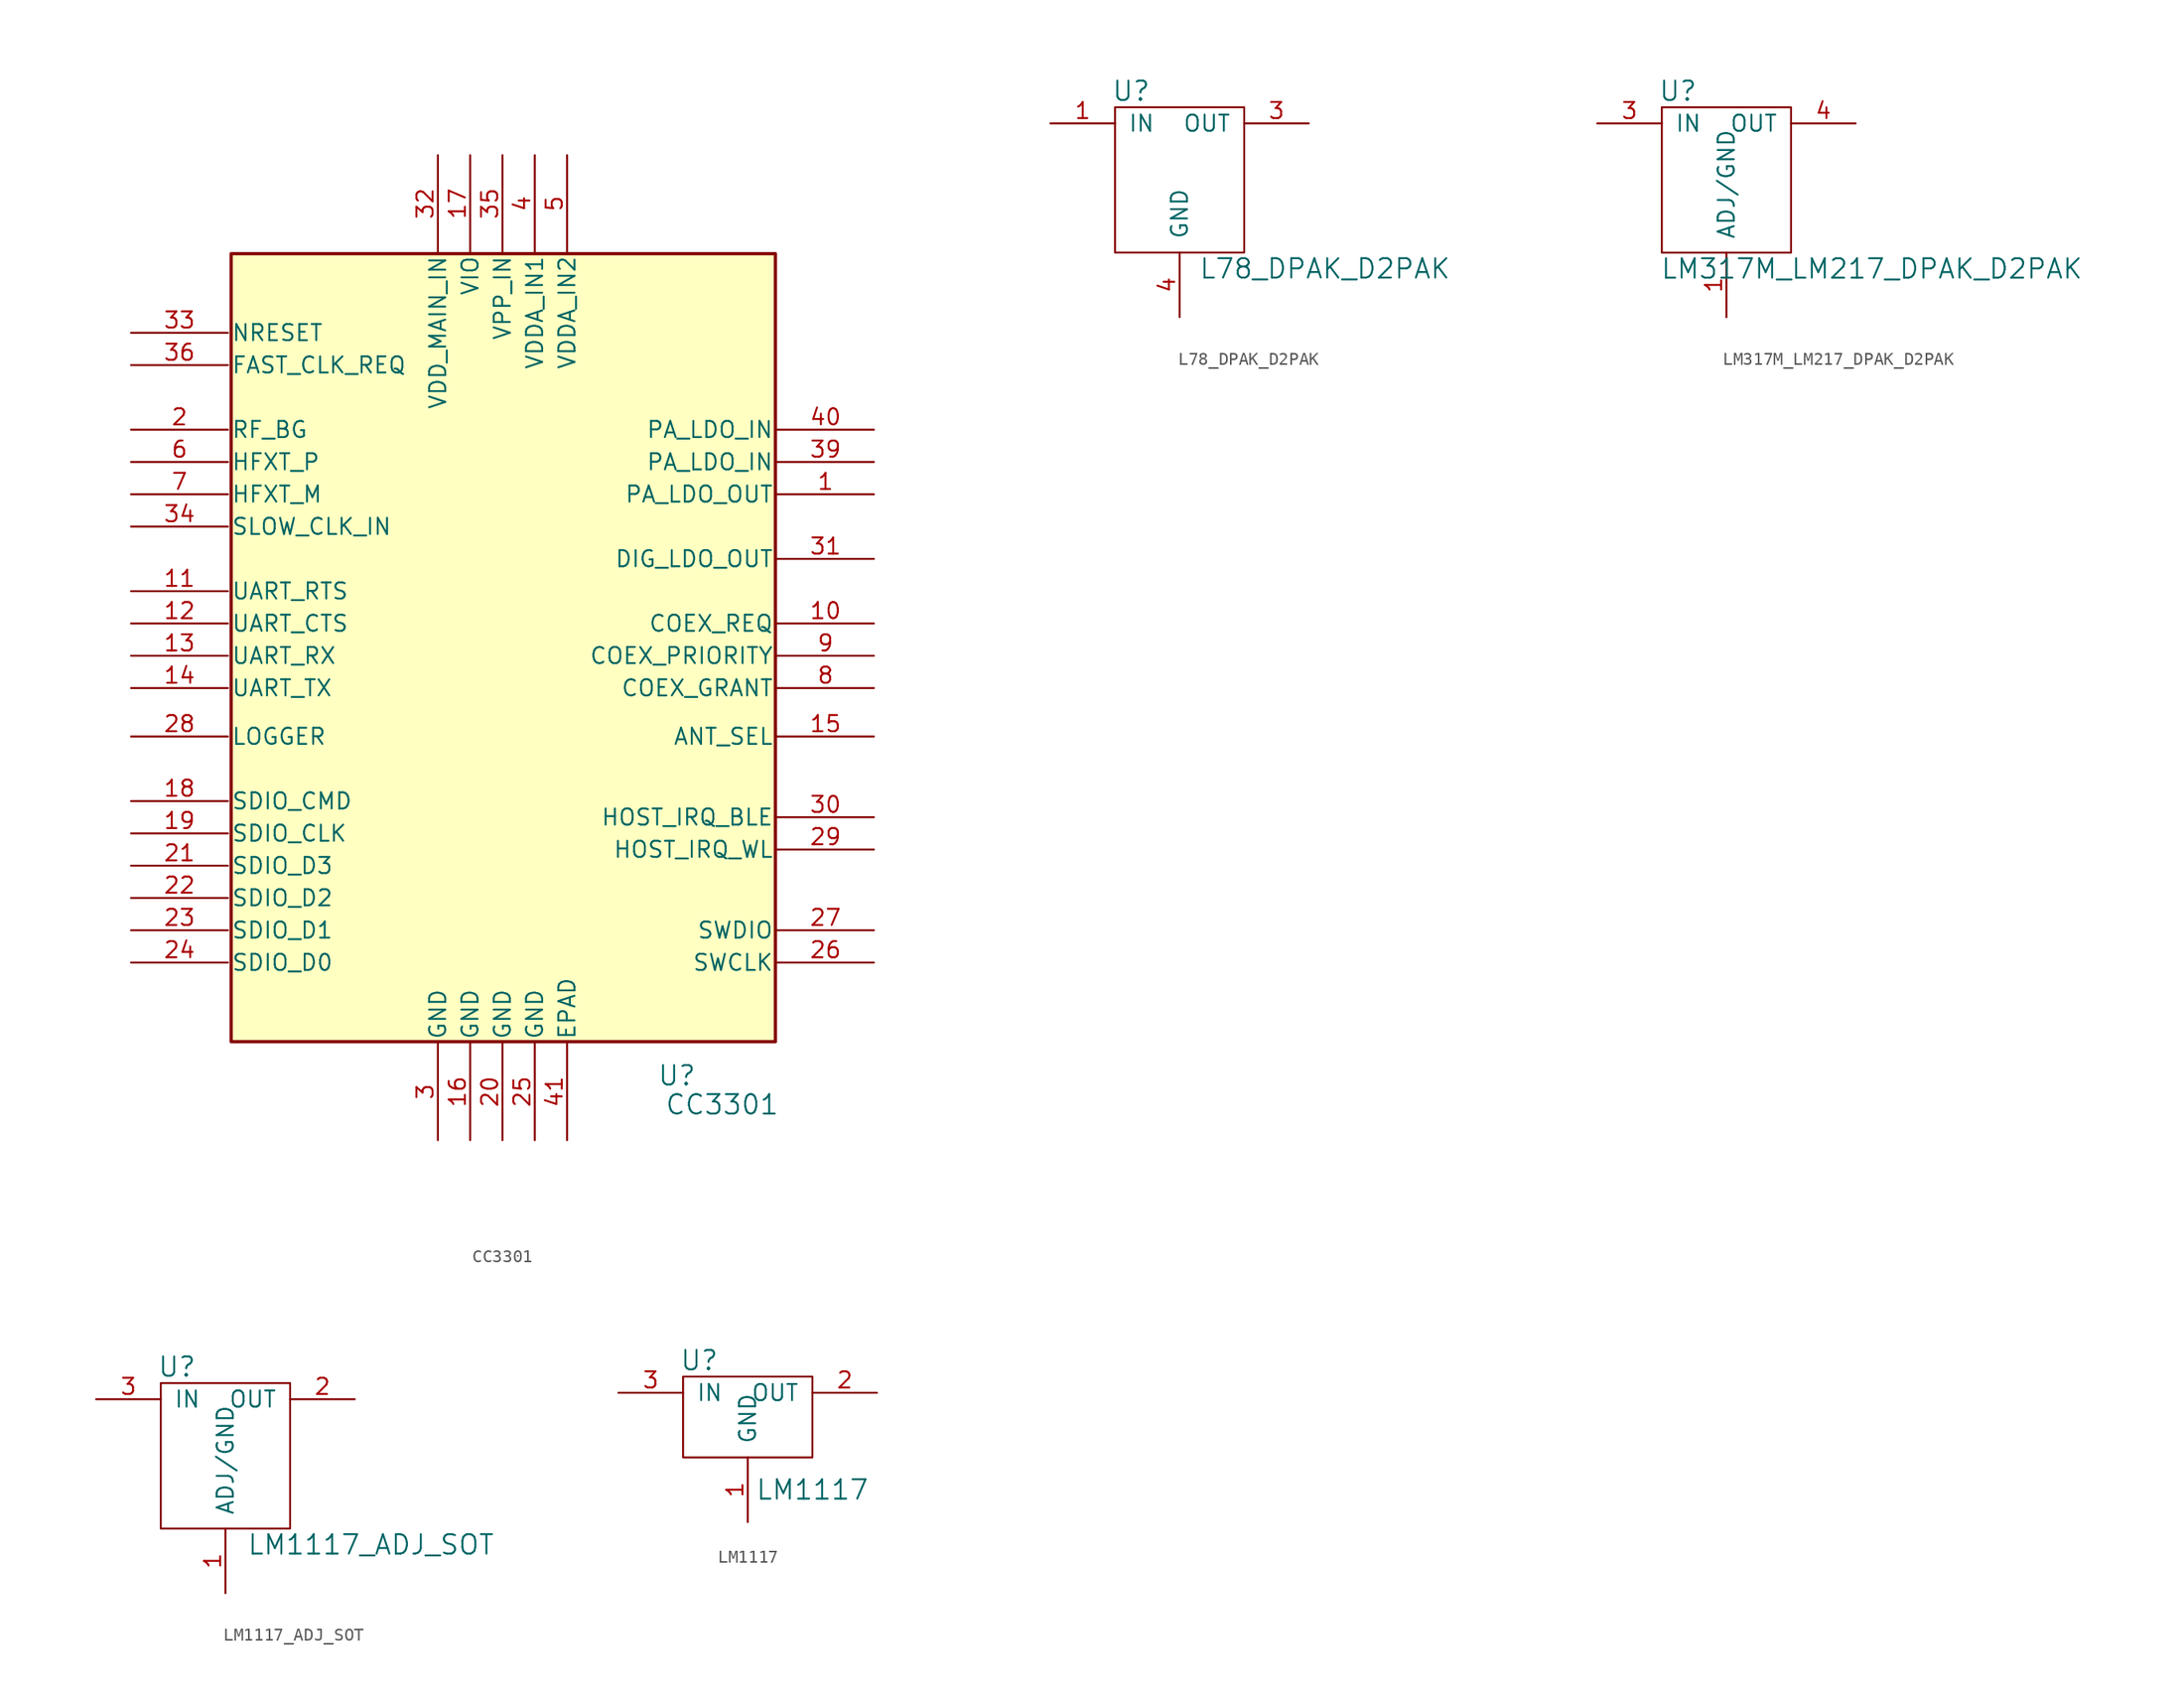
<source format=kicad_sym>
(kicad_symbol_lib
  (version 20241209)
  (generator "kicad_symbol_editor")
  (generator_version "9.0")
  (symbol "CC3301"
    (pin_names
      (offset 0.254))
    (property "Reference" "U"
      (at 13.716 -34.29 0)
      (effects (font (size 1.524 1.524))))
    (property "Value" "CC3301"
      (at 17.272 -36.576 0)
      (effects (font (size 1.524 1.524))))
    (property "ki_locked" ""
      (at 0 0 0)
      (effects (font (size 1.27 1.27))))
    (symbol "CC3301_0_1"
      (rectangle (start -21.336 30.353) (end 21.463 -31.623) (stroke (width 0.254) (type default)) (fill (type background)))
      (pin output line (at -29.21 21.59 0) (length 7.62) (name "FAST_CLK_REQ" (effects (font (size 1.27 1.27)))) (number "36" (effects (font (size 1.27 1.27)))))
      (pin bidirectional line (at -29.21 16.51 0) (length 7.62) (name "RF_BG" (effects (font (size 1.27 1.27)))) (number "2" (effects (font (size 1.27 1.27)))))
      (pin unspecified line (at -29.21 13.97 0) (length 7.62) (name "HFXT_P" (effects (font (size 1.27 1.27)))) (number "6" (effects (font (size 1.27 1.27)))))
      (pin unspecified line (at -29.21 11.43 0) (length 7.62) (name "HFXT_M" (effects (font (size 1.27 1.27)))) (number "7" (effects (font (size 1.27 1.27)))))
      (pin input line (at -29.21 8.89 0) (length 7.62) (name "SLOW_CLK_IN" (effects (font (size 1.27 1.27)))) (number "34" (effects (font (size 1.27 1.27)))))
      (pin output line (at -29.21 3.81 0) (length 7.62) (name "UART_RTS" (effects (font (size 1.27 1.27)))) (number "11" (effects (font (size 1.27 1.27)))))
      (pin input line (at -29.21 1.27 0) (length 7.62) (name "UART_CTS" (effects (font (size 1.27 1.27)))) (number "12" (effects (font (size 1.27 1.27)))))
      (pin input line (at -29.21 -1.27 0) (length 7.62) (name "UART_RX" (effects (font (size 1.27 1.27)))) (number "13" (effects (font (size 1.27 1.27)))))
      (pin output line (at -29.21 -3.81 0) (length 7.62) (name "UART_TX" (effects (font (size 1.27 1.27)))) (number "14" (effects (font (size 1.27 1.27)))))
      (pin bidirectional line (at -29.21 -12.7 0) (length 7.62) (name "SDIO_CMD" (effects (font (size 1.27 1.27)))) (number "18" (effects (font (size 1.27 1.27)))))
      (pin input line (at -29.21 -15.24 0) (length 7.62) (name "SDIO_CLK" (effects (font (size 1.27 1.27)))) (number "19" (effects (font (size 1.27 1.27)))))
      (pin bidirectional line (at -29.21 -17.78 0) (length 7.62) (name "SDIO_D3" (effects (font (size 1.27 1.27)))) (number "21" (effects (font (size 1.27 1.27)))))
      (pin bidirectional line (at -29.21 -20.32 0) (length 7.62) (name "SDIO_D2" (effects (font (size 1.27 1.27)))) (number "22" (effects (font (size 1.27 1.27)))))
      (pin bidirectional line (at -29.21 -22.86 0) (length 7.62) (name "SDIO_D1" (effects (font (size 1.27 1.27)))) (number "23" (effects (font (size 1.27 1.27)))))
      (pin bidirectional line (at -29.21 -25.4 0) (length 7.62) (name "SDIO_D0" (effects (font (size 1.27 1.27)))) (number "24" (effects (font (size 1.27 1.27)))))
      (pin power_in line (at -5.08 38.1 270) (length 7.62) (name "VDD_MAIN_IN" (effects (font (size 1.27 1.27)))) (number "32" (effects (font (size 1.27 1.27)))))
      (pin power_out line (at -5.08 -39.37 90) (length 7.62) (name "GND" (effects (font (size 1.27 1.27)))) (number "3" (effects (font (size 1.27 1.27)))))
      (pin power_in line (at -2.54 38.1 270) (length 7.62) (name "VIO" (effects (font (size 1.27 1.27)))) (number "17" (effects (font (size 1.27 1.27)))))
      (pin power_out line (at -2.54 -39.37 90) (length 7.62) (name "GND" (effects (font (size 1.27 1.27)))) (number "16" (effects (font (size 1.27 1.27)))))
      (pin power_in line (at 0 38.1 270) (length 7.62) (name "VPP_IN" (effects (font (size 1.27 1.27)))) (number "35" (effects (font (size 1.27 1.27)))))
      (pin power_out line (at 0 -39.37 90) (length 7.62) (name "GND" (effects (font (size 1.27 1.27)))) (number "20" (effects (font (size 1.27 1.27)))))
      (pin input line (at 2.54 38.1 270) (length 7.62) (name "VDDA_IN1" (effects (font (size 1.27 1.27)))) (number "4" (effects (font (size 1.27 1.27)))))
      (pin power_out line (at 2.54 -39.37 90) (length 7.62) (name "GND" (effects (font (size 1.27 1.27)))) (number "25" (effects (font (size 1.27 1.27)))))
      (pin input line (at 5.08 38.1 270) (length 7.62) (name "VDDA_IN2" (effects (font (size 1.27 1.27)))) (number "5" (effects (font (size 1.27 1.27)))))
      (pin no_connect line (at 29.21 24.13 180) (length 7.62) (hide yes) (name "NC" (effects (font (size 1.27 1.27)))) (number "38" (effects (font (size 1.27 1.27)))))
      (pin no_connect line (at 29.21 21.59 180) (length 7.62) (hide yes) (name "NC" (effects (font (size 1.27 1.27)))) (number "37" (effects (font (size 1.27 1.27)))))
      (pin power_in line (at 29.21 16.51 180) (length 7.62) (name "PA_LDO_IN" (effects (font (size 1.27 1.27)))) (number "40" (effects (font (size 1.27 1.27)))))
      (pin power_in line (at 29.21 13.97 180) (length 7.62) (name "PA_LDO_IN" (effects (font (size 1.27 1.27)))) (number "39" (effects (font (size 1.27 1.27)))))
      (pin output line (at 29.21 11.43 180) (length 7.62) (name "PA_LDO_OUT" (effects (font (size 1.27 1.27)))) (number "1" (effects (font (size 1.27 1.27)))))
      (pin output line (at 29.21 6.35 180) (length 7.62) (name "DIG_LDO_OUT" (effects (font (size 1.27 1.27)))) (number "31" (effects (font (size 1.27 1.27)))))
      (pin bidirectional line (at 29.21 -22.86 180) (length 7.62) (name "SWDIO" (effects (font (size 1.27 1.27)))) (number "27" (effects (font (size 1.27 1.27)))))
      (pin input line (at 29.21 -25.4 180) (length 7.62) (name "SWCLK" (effects (font (size 1.27 1.27)))) (number "26" (effects (font (size 1.27 1.27))))))
    (symbol "CC3301_1_1"
      (pin input line (at -29.21 24.13 0) (length 7.62) (name "NRESET" (effects (font (size 1.27 1.27)))) (number "33" (effects (font (size 1.27 1.27)))))
      (pin output line (at -29.21 -7.62 0) (length 7.62) (name "LOGGER" (effects (font (size 1.27 1.27)))) (number "28" (effects (font (size 1.27 1.27)))))
      (pin power_out line (at 5.08 -39.37 90) (length 7.62) (name "EPAD" (effects (font (size 1.27 1.27)))) (number "41" (effects (font (size 1.27 1.27)))))
      (pin input line (at 29.21 1.27 180) (length 7.62) (name "COEX_REQ" (effects (font (size 1.27 1.27)))) (number "10" (effects (font (size 1.27 1.27)))))
      (pin input line (at 29.21 -1.27 180) (length 7.62) (name "COEX_PRIORITY" (effects (font (size 1.27 1.27)))) (number "9" (effects (font (size 1.27 1.27)))))
      (pin output line (at 29.21 -3.81 180) (length 7.62) (name "COEX_GRANT" (effects (font (size 1.27 1.27)))) (number "8" (effects (font (size 1.27 1.27)))))
      (pin output line (at 29.21 -7.62 180) (length 7.62) (name "ANT_SEL" (effects (font (size 1.27 1.27)))) (number "15" (effects (font (size 1.27 1.27)))))
      (pin output line (at 29.21 -13.97 180) (length 7.62) (name "HOST_IRQ_BLE" (effects (font (size 1.27 1.27)))) (number "30" (effects (font (size 1.27 1.27)))))
      (pin output line (at 29.21 -16.51 180) (length 7.62) (name "HOST_IRQ_WL" (effects (font (size 1.27 1.27)))) (number "29" (effects (font (size 1.27 1.27)))))))
  (symbol "L78_DPAK_D2PAK"
    (pin_names
      (offset 1.016))
    (property "Reference" "U"
      (at -3.81 5.08 0)
      (effects (font (size 1.524 1.524))))
    (property "Value" "L78_DPAK_D2PAK"
      (at 11.43 -8.89 0)
      (effects (font (size 1.524 1.524))))
    (property "Footprint" ""
      (at 0 0 0)
      (effects (font (size 1.524 1.524))))
    (property "Datasheet" ""
      (at 0 0 0)
      (effects (font (size 1.524 1.524))))
    (symbol "L78_DPAK_D2PAK_0_1"
      (rectangle (start -5.08 3.81) (end 5.08 -7.62) (stroke (width 0) (type default)) (fill (type none))))
    (symbol "L78_DPAK_D2PAK_1_1"
      (pin input line (at -10.16 2.54 0) (length 5.08) (name "IN" (effects (font (size 1.27 1.27)))) (number "1" (effects (font (size 1.27 1.27)))))
      (pin unspecified line (at 0 -12.7 90) (length 5.08) (name "GND" (effects (font (size 1.27 1.27)))) (number "4" (effects (font (size 1.27 1.27)))))
      (pin unspecified line (at 10.16 2.54 180) (length 5.08) (name "OUT" (effects (font (size 1.27 1.27)))) (number "3" (effects (font (size 1.27 1.27)))))))
  (symbol "LM317M_LM217_DPAK_D2PAK"
    (pin_names
      (offset 1.016))
    (property "Reference" "U"
      (at -3.81 5.08 0)
      (effects (font (size 1.524 1.524))))
    (property "Value" "LM317M_LM217_DPAK_D2PAK"
      (at 11.43 -8.89 0)
      (effects (font (size 1.524 1.524))))
    (property "Footprint" ""
      (at 0 0 0)
      (effects (font (size 1.524 1.524))))
    (property "Datasheet" ""
      (at 0 0 0)
      (effects (font (size 1.524 1.524))))
    (symbol "LM317M_LM217_DPAK_D2PAK_0_1"
      (rectangle (start -5.08 3.81) (end 5.08 -7.62) (stroke (width 0) (type default)) (fill (type none))))
    (symbol "LM317M_LM217_DPAK_D2PAK_1_1"
      (pin input line (at -10.16 2.54 0) (length 5.08) (name "IN" (effects (font (size 1.27 1.27)))) (number "3" (effects (font (size 1.27 1.27)))))
      (pin unspecified line (at 0 -12.7 90) (length 5.08) (name "ADJ/GND" (effects (font (size 1.27 1.27)))) (number "1" (effects (font (size 1.27 1.27)))))
      (pin unspecified line (at 10.16 2.54 180) (length 5.08) (name "OUT" (effects (font (size 1.27 1.27)))) (number "4" (effects (font (size 1.27 1.27)))))))
  (symbol "LM1117_ADJ_SOT"
    (pin_names
      (offset 1.016))
    (property "Reference" "U"
      (at -3.81 5.08 0)
      (effects (font (size 1.524 1.524))))
    (property "Value" "LM1117_ADJ_SOT"
      (at 11.43 -8.89 0)
      (effects (font (size 1.524 1.524))))
    (property "Footprint" ""
      (at 0 0 0)
      (effects (font (size 1.524 1.524))))
    (property "Datasheet" ""
      (at 0 0 0)
      (effects (font (size 1.524 1.524))))
    (symbol "LM1117_ADJ_SOT_0_1"
      (rectangle (start -5.08 3.81) (end 5.08 -7.62) (stroke (width 0) (type default)) (fill (type none))))
    (symbol "LM1117_ADJ_SOT_1_1"
      (pin input line (at -10.16 2.54 0) (length 5.08) (name "IN" (effects (font (size 1.27 1.27)))) (number "3" (effects (font (size 1.27 1.27)))))
      (pin unspecified line (at 0 -12.7 90) (length 5.08) (name "ADJ/GND" (effects (font (size 1.27 1.27)))) (number "1" (effects (font (size 1.27 1.27)))))
      (pin unspecified line (at 10.16 2.54 180) (length 5.08) (name "OUT" (effects (font (size 1.27 1.27)))) (number "2" (effects (font (size 1.27 1.27)))))
      (pin unspecified line (at 10.16 2.54 180) (length 3.81) (hide yes) (name "OUT" (effects (font (size 0.762 0.762)))) (number "4" (effects (font (size 1.27 1.27)))))))
  (symbol "LM1117"
    (pin_names
      (offset 1.016))
    (property "Reference" "U"
      (at -3.81 5.08 0)
      (effects (font (size 1.524 1.524))))
    (property "Value" "LM1117"
      (at 5.08 -5.08 0)
      (effects (font (size 1.524 1.524))))
    (property "Footprint" ""
      (at 0 0 0)
      (effects (font (size 1.524 1.524))))
    (property "Datasheet" ""
      (at 0 0 0)
      (effects (font (size 1.524 1.524))))
    (symbol "LM1117_0_1"
      (rectangle (start -5.08 3.81) (end 5.08 -2.54) (stroke (width 0) (type default)) (fill (type none))))
    (symbol "LM1117_1_1"
      (pin input line (at -10.16 2.54 0) (length 5.08) (name "IN" (effects (font (size 1.27 1.27)))) (number "3" (effects (font (size 1.27 1.27)))))
      (pin unspecified line (at 0 -7.62 90) (length 5.08) (name "GND" (effects (font (size 1.27 1.27)))) (number "1" (effects (font (size 1.27 1.27)))))
      (pin unspecified line (at 10.16 2.54 180) (length 5.08) (name "OUT" (effects (font (size 1.27 1.27)))) (number "2" (effects (font (size 1.27 1.27)))))
      (pin unspecified line (at 10.16 2.54 180) (length 3.81) (hide yes) (name "OUT" (effects (font (size 0.762 0.762)))) (number "4" (effects (font (size 1.27 1.27))))))))
</source>
